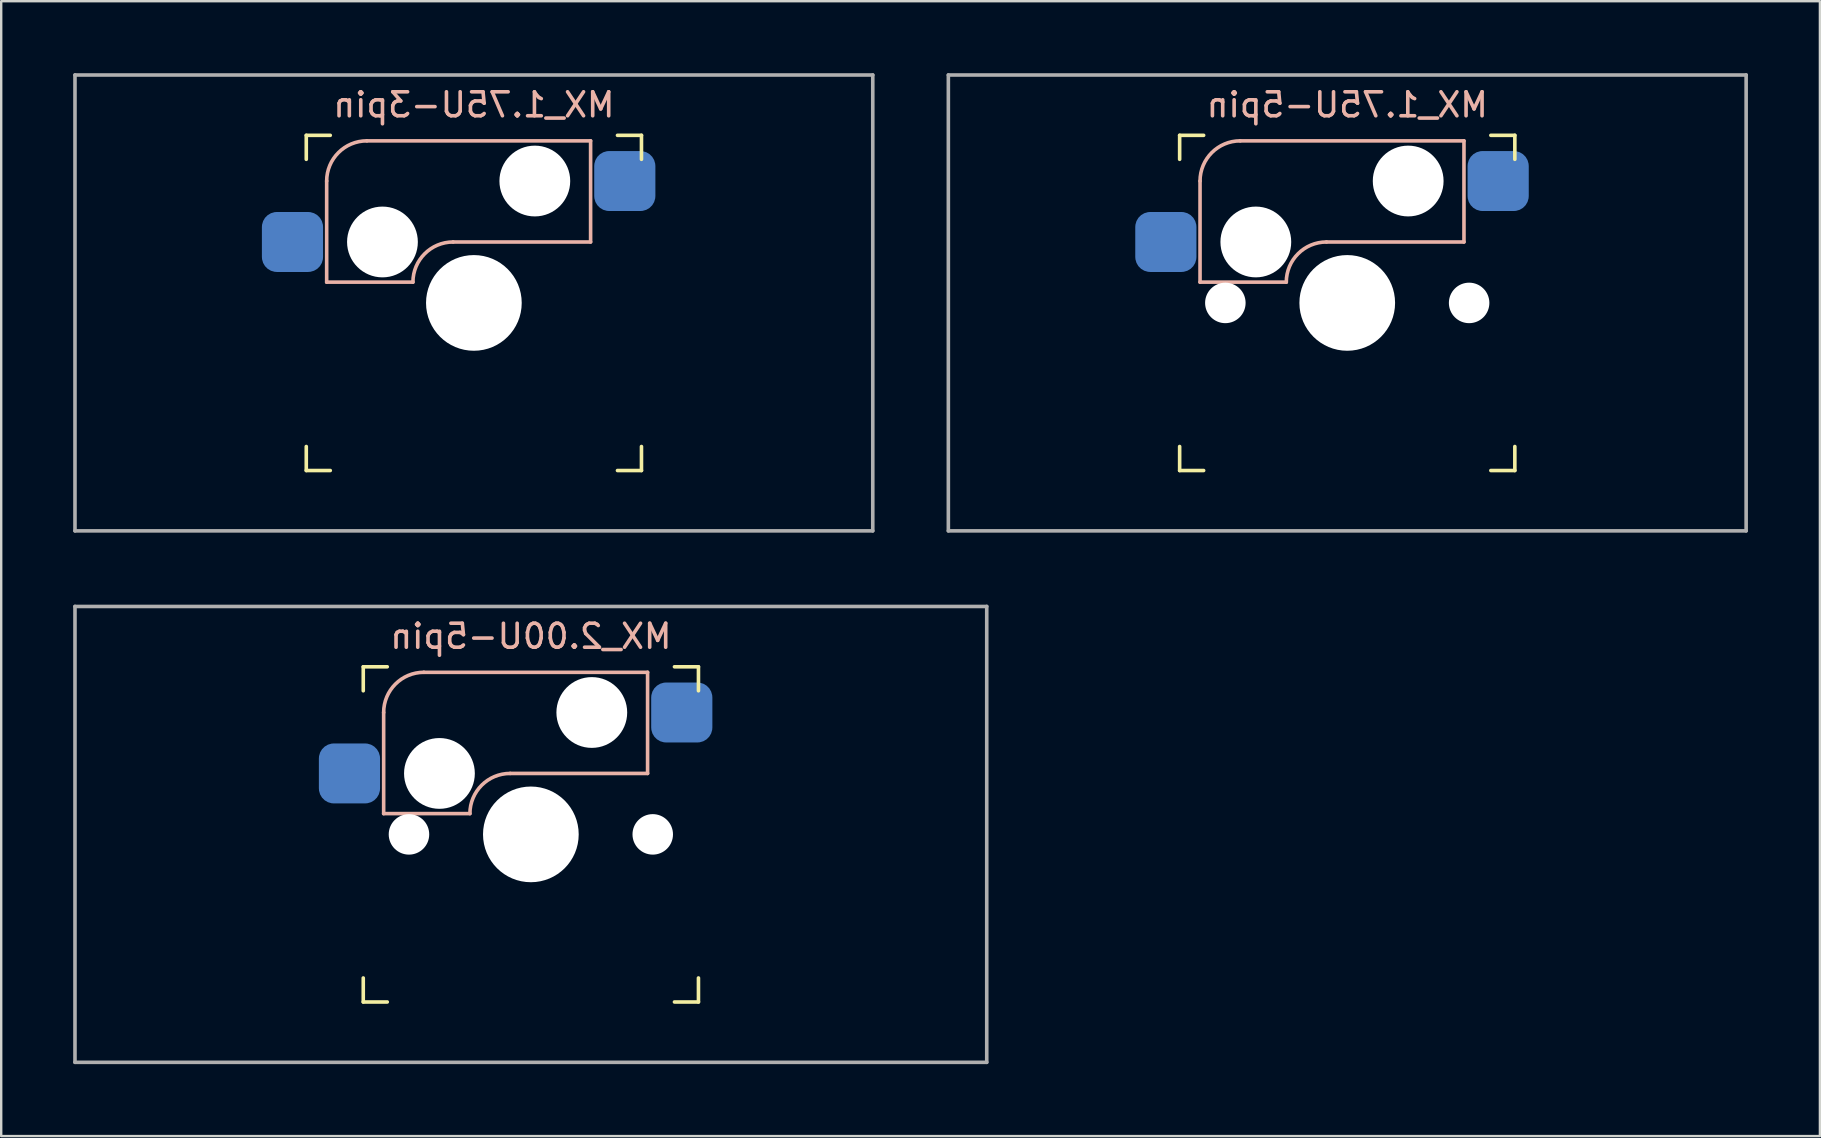
<source format=kicad_pcb>
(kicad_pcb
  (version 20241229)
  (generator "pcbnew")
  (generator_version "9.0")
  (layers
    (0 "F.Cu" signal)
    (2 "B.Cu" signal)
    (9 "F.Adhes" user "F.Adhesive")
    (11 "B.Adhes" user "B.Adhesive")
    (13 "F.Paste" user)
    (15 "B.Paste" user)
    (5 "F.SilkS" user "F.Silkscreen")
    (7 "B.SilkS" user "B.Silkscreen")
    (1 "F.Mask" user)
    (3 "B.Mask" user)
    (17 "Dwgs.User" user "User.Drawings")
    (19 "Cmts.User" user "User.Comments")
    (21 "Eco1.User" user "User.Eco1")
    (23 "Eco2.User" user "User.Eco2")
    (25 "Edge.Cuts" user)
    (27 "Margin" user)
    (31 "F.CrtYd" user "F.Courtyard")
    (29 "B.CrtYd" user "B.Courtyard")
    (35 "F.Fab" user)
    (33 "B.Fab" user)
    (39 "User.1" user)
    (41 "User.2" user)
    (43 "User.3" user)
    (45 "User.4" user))
  (footprint "MX_1.75U-3pin"
    (layer "F.Cu")
    (at 16.7 9.575)
    (property "Reference" "MX_1.75U-3pin" (at 0 -8.255 0) (layer "B.SilkS") (effects (font (size 1 1) (thickness 0.15)) (justify mirror)))
    (attr smd)
    (fp_line (start -6.985 -5.985) (end -6.985 -6.985) (stroke (width 0.15) (type solid)) (layer "F.SilkS"))
    (fp_line (start -6.985 6.985) (end -6.985 5.985) (stroke (width 0.15) (type solid)) (layer "F.SilkS"))
    (fp_line (start -6.985 6.985) (end -5.985 6.985) (stroke (width 0.15) (type solid)) (layer "F.SilkS"))
    (fp_line (start -5.985 -6.985) (end -6.985 -6.985) (stroke (width 0.15) (type solid)) (layer "F.SilkS"))
    (fp_line (start 5.985 6.985) (end 6.985 6.985) (stroke (width 0.15) (type solid)) (layer "F.SilkS"))
    (fp_line (start 6.985 -6.985) (end 5.985 -6.985) (stroke (width 0.15) (type solid)) (layer "F.SilkS"))
    (fp_line (start 6.985 -6.985) (end 6.985 -5.985) (stroke (width 0.15) (type solid)) (layer "F.SilkS"))
    (fp_line (start 6.985 5.985) (end 6.985 6.985) (stroke (width 0.15) (type solid)) (layer "F.SilkS"))
    (fp_line (start -6.135 -5.08) (end -6.135 -0.865) (stroke (width 0.15) (type solid)) (layer "B.SilkS"))
    (fp_line (start -6.135 -0.865) (end -2.54 -0.865) (stroke (width 0.15) (type solid)) (layer "B.SilkS"))
    (fp_line (start -4.46 -6.755) (end 4.865 -6.755) (stroke (width 0.15) (type solid)) (layer "B.SilkS"))
    (fp_line (start -0.865 -2.54) (end 4.865 -2.54) (stroke (width 0.15) (type solid)) (layer "B.SilkS"))
    (fp_line (start 4.865 -6.755) (end 4.865 -2.54) (stroke (width 0.15) (type solid)) (layer "B.SilkS"))
    (fp_arc (start -6.135 -5.08) (mid -5.644404 -6.264404) (end -4.46 -6.755) (stroke (width 0.15) (type solid)) (layer "B.SilkS"))
    (fp_arc (start -2.54 -0.865) (mid -2.049404 -2.049404) (end -0.865 -2.54) (stroke (width 0.15) (type solid)) (layer "B.SilkS"))
    (fp_line (start -6.985 6.985) (end -6.985 -6.985) (stroke (width 0.15) (type solid)) (layer "Eco2.User"))
    (fp_line (start -6.985 6.985) (end 6.985 6.985) (stroke (width 0.15) (type solid)) (layer "Eco2.User"))
    (fp_line (start 6.985 -6.985) (end -6.985 -6.985) (stroke (width 0.15) (type solid)) (layer "Eco2.User"))
    (fp_line (start 6.985 -6.985) (end 6.985 6.985) (stroke (width 0.15) (type solid)) (layer "Eco2.User"))
    (fp_line (start -16.625 -9.5) (end 16.625 -9.5) (stroke (width 0.15) (type solid)) (layer "F.Fab"))
    (fp_line (start -16.625 9.5) (end -16.625 -9.5) (stroke (width 0.15) (type solid)) (layer "F.Fab"))
    (fp_line (start 16.625 -9.5) (end 16.625 9.5) (stroke (width 0.15) (type solid)) (layer "F.Fab"))
    (fp_line (start 16.625 9.5) (end -16.625 9.5) (stroke (width 0.15) (type solid)) (layer "F.Fab"))
    (pad "" np_thru_hole circle (at -3.81 -2.54) (size 2.95 2.95) (drill 2.95) (layers "*.Cu" "*.Mask"))
    (pad "" np_thru_hole circle (at 0 0) (size 3.988 3.988) (drill 3.988) (layers "*.Cu" "*.Mask"))
    (pad "" np_thru_hole circle (at 2.54 -5.08) (size 2.95 2.95) (drill 2.95) (layers "*.Cu" "*.Mask"))
    (pad "1" smd roundrect (at 6.29 -5.08) (size 2.55 2.5) (layers "B.Cu" "B.Mask" "B.Paste") (roundrect_rratio 0.25))
    (pad "2" smd roundrect (at -7.56 -2.54) (size 2.55 2.5) (layers "B.Cu" "B.Mask" "B.Paste") (roundrect_rratio 0.25)))
  (footprint "MX_2.00U-5pin"
    (layer "F.Cu")
    (at 19.075 31.725)
    (property "Reference" "MX_2.00U-5pin" (at 0 -8.255 0) (layer "B.SilkS") (effects (font (size 1 1) (thickness 0.15)) (justify mirror)))
    (attr smd)
    (fp_line (start -6.985 -5.985) (end -6.985 -6.985) (stroke (width 0.15) (type solid)) (layer "F.SilkS"))
    (fp_line (start -6.985 6.985) (end -6.985 5.985) (stroke (width 0.15) (type solid)) (layer "F.SilkS"))
    (fp_line (start -6.985 6.985) (end -5.985 6.985) (stroke (width 0.15) (type solid)) (layer "F.SilkS"))
    (fp_line (start -5.985 -6.985) (end -6.985 -6.985) (stroke (width 0.15) (type solid)) (layer "F.SilkS"))
    (fp_line (start 5.985 6.985) (end 6.985 6.985) (stroke (width 0.15) (type solid)) (layer "F.SilkS"))
    (fp_line (start 6.985 -6.985) (end 5.985 -6.985) (stroke (width 0.15) (type solid)) (layer "F.SilkS"))
    (fp_line (start 6.985 -6.985) (end 6.985 -5.985) (stroke (width 0.15) (type solid)) (layer "F.SilkS"))
    (fp_line (start 6.985 5.985) (end 6.985 6.985) (stroke (width 0.15) (type solid)) (layer "F.SilkS"))
    (fp_line (start -6.135 -5.08) (end -6.135 -0.865) (stroke (width 0.15) (type solid)) (layer "B.SilkS"))
    (fp_line (start -6.135 -0.865) (end -2.54 -0.865) (stroke (width 0.15) (type solid)) (layer "B.SilkS"))
    (fp_line (start -4.46 -6.755) (end 4.865 -6.755) (stroke (width 0.15) (type solid)) (layer "B.SilkS"))
    (fp_line (start -0.865 -2.54) (end 4.865 -2.54) (stroke (width 0.15) (type solid)) (layer "B.SilkS"))
    (fp_line (start 4.865 -6.755) (end 4.865 -2.54) (stroke (width 0.15) (type solid)) (layer "B.SilkS"))
    (fp_arc (start -6.135 -5.08) (mid -5.644404 -6.264404) (end -4.46 -6.755) (stroke (width 0.15) (type solid)) (layer "B.SilkS"))
    (fp_arc (start -2.54 -0.865) (mid -2.049404 -2.049404) (end -0.865 -2.54) (stroke (width 0.15) (type solid)) (layer "B.SilkS"))
    (fp_line (start -6.985 6.985) (end -6.985 -6.985) (stroke (width 0.15) (type solid)) (layer "Eco2.User"))
    (fp_line (start -6.985 6.985) (end 6.985 6.985) (stroke (width 0.15) (type solid)) (layer "Eco2.User"))
    (fp_line (start 6.985 -6.985) (end -6.985 -6.985) (stroke (width 0.15) (type solid)) (layer "Eco2.User"))
    (fp_line (start 6.985 -6.985) (end 6.985 6.985) (stroke (width 0.15) (type solid)) (layer "Eco2.User"))
    (fp_line (start -19 -9.5) (end 19 -9.5) (stroke (width 0.15) (type solid)) (layer "F.Fab"))
    (fp_line (start -19 9.5) (end -19 -9.5) (stroke (width 0.15) (type solid)) (layer "F.Fab"))
    (fp_line (start 19 -9.5) (end 19 9.5) (stroke (width 0.15) (type solid)) (layer "F.Fab"))
    (fp_line (start 19 9.5) (end -19 9.5) (stroke (width 0.15) (type solid)) (layer "F.Fab"))
    (pad "" np_thru_hole circle (at -5.08 0) (size 1.688 1.688) (drill 1.688) (layers "*.Cu" "*.Mask"))
    (pad "" np_thru_hole circle (at -3.81 -2.54) (size 2.95 2.95) (drill 2.95) (layers "*.Cu" "*.Mask"))
    (pad "" np_thru_hole circle (at 0 0) (size 3.988 3.988) (drill 3.988) (layers "*.Cu" "*.Mask"))
    (pad "" np_thru_hole circle (at 2.54 -5.08) (size 2.95 2.95) (drill 2.95) (layers "*.Cu" "*.Mask"))
    (pad "" np_thru_hole circle (at 5.08 0) (size 1.688 1.688) (drill 1.688) (layers "*.Cu" "*.Mask"))
    (pad "1" smd roundrect (at 6.29 -5.08) (size 2.55 2.5) (layers "B.Cu" "B.Mask" "B.Paste") (roundrect_rratio 0.25))
    (pad "2" smd roundrect (at -7.56 -2.54) (size 2.55 2.5) (layers "B.Cu" "B.Mask" "B.Paste") (roundrect_rratio 0.25)))
  (footprint "MX_1.75U-5pin"
    (layer "F.Cu")
    (at 53.1 9.575)
    (property "Reference" "MX_1.75U-5pin" (at 0 -8.255 0) (layer "B.SilkS") (effects (font (size 1 1) (thickness 0.15)) (justify mirror)))
    (attr smd)
    (fp_line (start -6.985 -5.985) (end -6.985 -6.985) (stroke (width 0.15) (type solid)) (layer "F.SilkS"))
    (fp_line (start -6.985 6.985) (end -6.985 5.985) (stroke (width 0.15) (type solid)) (layer "F.SilkS"))
    (fp_line (start -6.985 6.985) (end -5.985 6.985) (stroke (width 0.15) (type solid)) (layer "F.SilkS"))
    (fp_line (start -5.985 -6.985) (end -6.985 -6.985) (stroke (width 0.15) (type solid)) (layer "F.SilkS"))
    (fp_line (start 5.985 6.985) (end 6.985 6.985) (stroke (width 0.15) (type solid)) (layer "F.SilkS"))
    (fp_line (start 6.985 -6.985) (end 5.985 -6.985) (stroke (width 0.15) (type solid)) (layer "F.SilkS"))
    (fp_line (start 6.985 -6.985) (end 6.985 -5.985) (stroke (width 0.15) (type solid)) (layer "F.SilkS"))
    (fp_line (start 6.985 5.985) (end 6.985 6.985) (stroke (width 0.15) (type solid)) (layer "F.SilkS"))
    (fp_line (start -6.135 -5.08) (end -6.135 -0.865) (stroke (width 0.15) (type solid)) (layer "B.SilkS"))
    (fp_line (start -6.135 -0.865) (end -2.54 -0.865) (stroke (width 0.15) (type solid)) (layer "B.SilkS"))
    (fp_line (start -4.46 -6.755) (end 4.865 -6.755) (stroke (width 0.15) (type solid)) (layer "B.SilkS"))
    (fp_line (start -0.865 -2.54) (end 4.865 -2.54) (stroke (width 0.15) (type solid)) (layer "B.SilkS"))
    (fp_line (start 4.865 -6.755) (end 4.865 -2.54) (stroke (width 0.15) (type solid)) (layer "B.SilkS"))
    (fp_arc (start -6.135 -5.08) (mid -5.644404 -6.264404) (end -4.46 -6.755) (stroke (width 0.15) (type solid)) (layer "B.SilkS"))
    (fp_arc (start -2.54 -0.865) (mid -2.049404 -2.049404) (end -0.865 -2.54) (stroke (width 0.15) (type solid)) (layer "B.SilkS"))
    (fp_line (start -6.985 6.985) (end -6.985 -6.985) (stroke (width 0.15) (type solid)) (layer "Eco2.User"))
    (fp_line (start -6.985 6.985) (end 6.985 6.985) (stroke (width 0.15) (type solid)) (layer "Eco2.User"))
    (fp_line (start 6.985 -6.985) (end -6.985 -6.985) (stroke (width 0.15) (type solid)) (layer "Eco2.User"))
    (fp_line (start 6.985 -6.985) (end 6.985 6.985) (stroke (width 0.15) (type solid)) (layer "Eco2.User"))
    (fp_line (start -16.625 -9.5) (end 16.625 -9.5) (stroke (width 0.15) (type solid)) (layer "F.Fab"))
    (fp_line (start -16.625 9.5) (end -16.625 -9.5) (stroke (width 0.15) (type solid)) (layer "F.Fab"))
    (fp_line (start 16.625 -9.5) (end 16.625 9.5) (stroke (width 0.15) (type solid)) (layer "F.Fab"))
    (fp_line (start 16.625 9.5) (end -16.625 9.5) (stroke (width 0.15) (type solid)) (layer "F.Fab"))
    (pad "" np_thru_hole circle (at -5.08 0) (size 1.688 1.688) (drill 1.688) (layers "*.Cu" "*.Mask"))
    (pad "" np_thru_hole circle (at -3.81 -2.54) (size 2.95 2.95) (drill 2.95) (layers "*.Cu" "*.Mask"))
    (pad "" np_thru_hole circle (at 0 0) (size 3.988 3.988) (drill 3.988) (layers "*.Cu" "*.Mask"))
    (pad "" np_thru_hole circle (at 2.54 -5.08) (size 2.95 2.95) (drill 2.95) (layers "*.Cu" "*.Mask"))
    (pad "" np_thru_hole circle (at 5.08 0) (size 1.688 1.688) (drill 1.688) (layers "*.Cu" "*.Mask"))
    (pad "1" smd roundrect (at 6.29 -5.08) (size 2.55 2.5) (layers "B.Cu" "B.Mask" "B.Paste") (roundrect_rratio 0.25))
    (pad "2" smd roundrect (at -7.56 -2.54) (size 2.55 2.5) (layers "B.Cu" "B.Mask" "B.Paste") (roundrect_rratio 0.25)))
  (gr_rect
    (start -3 -3)
    (end 72.8 44.3)
    (stroke (width 0.1) (type default))
    (fill no)
    (layer "Edge.Cuts")))
</source>
